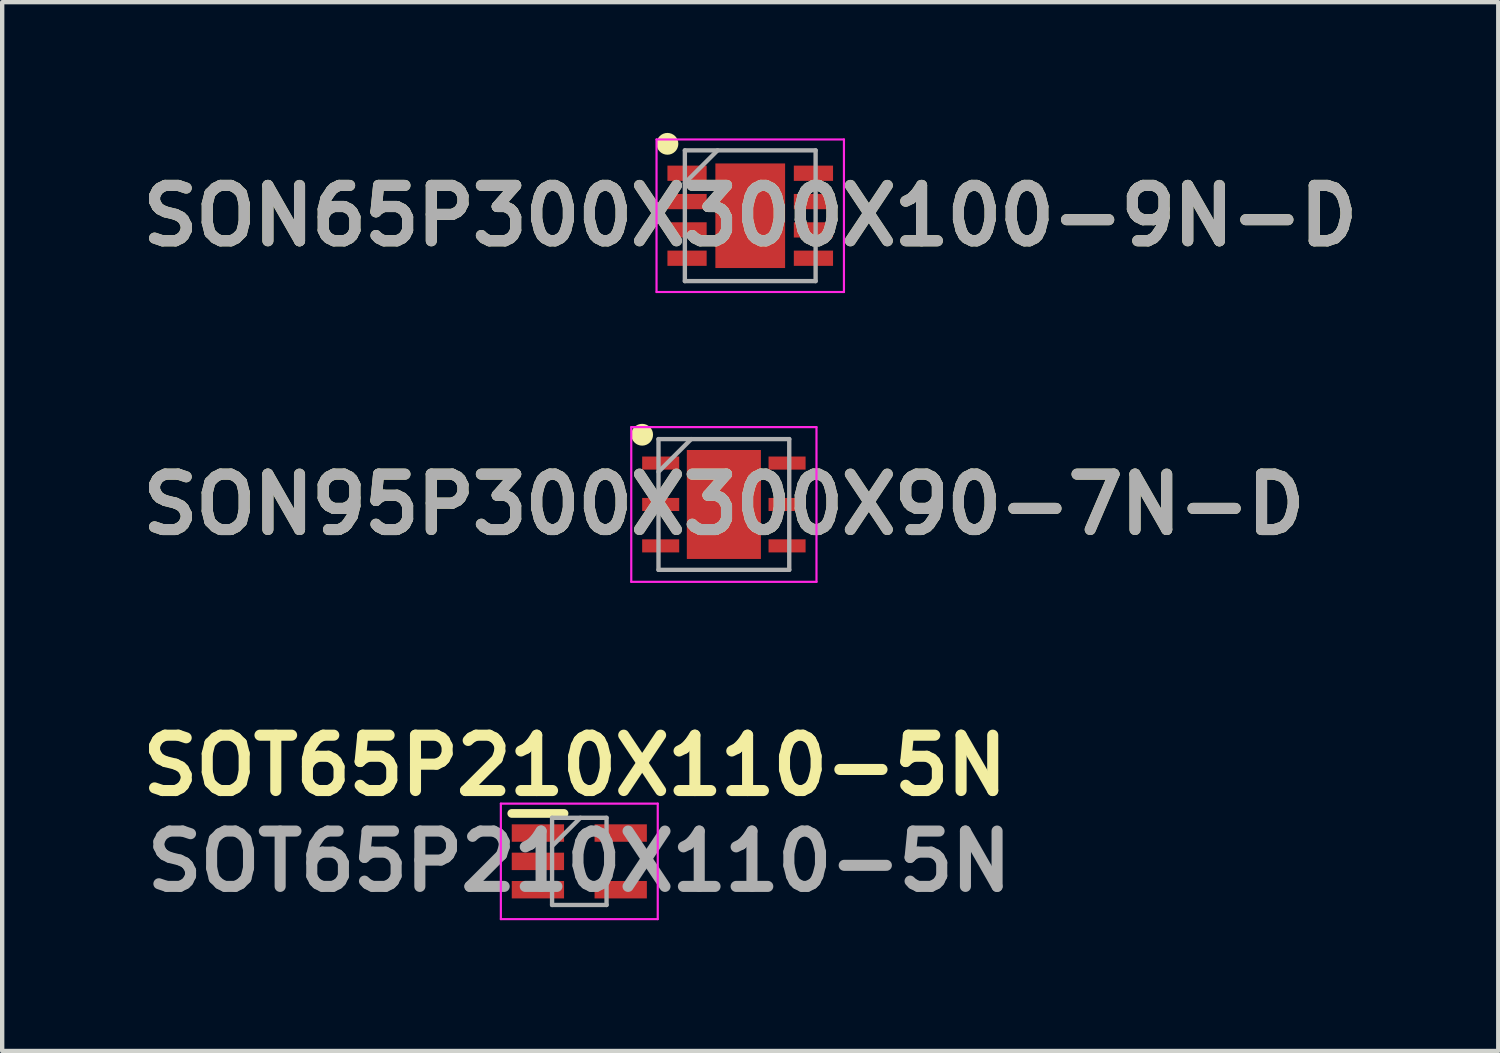
<source format=kicad_pcb>
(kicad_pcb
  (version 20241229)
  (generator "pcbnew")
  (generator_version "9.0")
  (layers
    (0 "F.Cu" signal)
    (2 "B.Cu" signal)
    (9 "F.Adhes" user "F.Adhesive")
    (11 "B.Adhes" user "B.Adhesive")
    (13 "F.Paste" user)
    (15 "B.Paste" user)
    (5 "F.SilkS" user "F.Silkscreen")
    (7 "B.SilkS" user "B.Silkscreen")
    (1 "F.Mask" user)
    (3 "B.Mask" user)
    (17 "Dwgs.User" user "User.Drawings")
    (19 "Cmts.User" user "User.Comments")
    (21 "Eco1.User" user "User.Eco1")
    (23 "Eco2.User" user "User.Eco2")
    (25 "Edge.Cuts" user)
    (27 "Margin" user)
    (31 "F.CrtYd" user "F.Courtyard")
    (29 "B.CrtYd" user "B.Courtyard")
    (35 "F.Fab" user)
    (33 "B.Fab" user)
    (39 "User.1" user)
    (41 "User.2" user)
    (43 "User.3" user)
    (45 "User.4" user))
  (footprint "SON65P300X300X100-9N-D"
    (layer "F.Cu")
    (at 14.164 1.9)
    (property "Reference" "SON65P300X300X100-9N-D" (at 0 0 0) (layer "F.SilkS") (effects (font (size 1.27 1.27) (thickness 0.254))))
    (attr smd)
    (fp_circle (center -1.9 -1.65) (end -1.9 -1.525) (stroke (width 0.25) (type solid)) (fill no) (layer "F.SilkS"))
    (fp_line (start -2.15 -1.75) (end 2.15 -1.75) (stroke (width 0.05) (type solid)) (layer "F.CrtYd"))
    (fp_line (start -2.15 1.75) (end -2.15 -1.75) (stroke (width 0.05) (type solid)) (layer "F.CrtYd"))
    (fp_line (start 2.15 -1.75) (end 2.15 1.75) (stroke (width 0.05) (type solid)) (layer "F.CrtYd"))
    (fp_line (start 2.15 1.75) (end -2.15 1.75) (stroke (width 0.05) (type solid)) (layer "F.CrtYd"))
    (fp_line (start -1.5 -1.5) (end 1.5 -1.5) (stroke (width 0.1) (type solid)) (layer "F.Fab"))
    (fp_line (start -1.5 -0.75) (end -0.75 -1.5) (stroke (width 0.1) (type solid)) (layer "F.Fab"))
    (fp_line (start -1.5 1.5) (end -1.5 -1.5) (stroke (width 0.1) (type solid)) (layer "F.Fab"))
    (fp_line (start 1.5 -1.5) (end 1.5 1.5) (stroke (width 0.1) (type solid)) (layer "F.Fab"))
    (fp_line (start 1.5 1.5) (end -1.5 1.5) (stroke (width 0.1) (type solid)) (layer "F.Fab"))
    (fp_text user "${REFERENCE}" (at 0 0 0) (layer "F.Fab") (effects (font (size 1.27 1.27) (thickness 0.254))))
    (pad "1" smd rect (at -1.45 -0.975 90) (size 0.35 0.9) (layers "F.Cu" "F.Mask" "F.Paste"))
    (pad "2" smd rect (at -1.45 -0.325 90) (size 0.35 0.9) (layers "F.Cu" "F.Mask" "F.Paste"))
    (pad "3" smd rect (at -1.45 0.325 90) (size 0.35 0.9) (layers "F.Cu" "F.Mask" "F.Paste"))
    (pad "4" smd rect (at -1.45 0.975 90) (size 0.35 0.9) (layers "F.Cu" "F.Mask" "F.Paste"))
    (pad "5" smd rect (at 1.45 0.975 90) (size 0.35 0.9) (layers "F.Cu" "F.Mask" "F.Paste"))
    (pad "6" smd rect (at 1.45 0.325 90) (size 0.35 0.9) (layers "F.Cu" "F.Mask" "F.Paste"))
    (pad "7" smd rect (at 1.45 -0.325 90) (size 0.35 0.9) (layers "F.Cu" "F.Mask" "F.Paste"))
    (pad "8" smd rect (at 1.45 -0.975 90) (size 0.35 0.9) (layers "F.Cu" "F.Mask" "F.Paste"))
    (pad "9" smd rect (at 0 0) (size 1.6 2.4) (layers "F.Cu" "F.Mask" "F.Paste")))
  (footprint "SON95P300X300X90-7N-D"
    (layer "F.Cu")
    (at 13.559 8.525)
    (property "Reference" "SON95P300X300X90-7N-D" (at 0 0 0) (layer "F.SilkS") (effects (font (size 1.27 1.27) (thickness 0.254))))
    (attr smd)
    (fp_circle (center -1.875 -1.6) (end -1.875 -1.475) (stroke (width 0.25) (type solid)) (fill no) (layer "F.SilkS"))
    (fp_line (start -2.125 -1.775) (end 2.125 -1.775) (stroke (width 0.05) (type solid)) (layer "F.CrtYd"))
    (fp_line (start -2.125 1.775) (end -2.125 -1.775) (stroke (width 0.05) (type solid)) (layer "F.CrtYd"))
    (fp_line (start 2.125 -1.775) (end 2.125 1.775) (stroke (width 0.05) (type solid)) (layer "F.CrtYd"))
    (fp_line (start 2.125 1.775) (end -2.125 1.775) (stroke (width 0.05) (type solid)) (layer "F.CrtYd"))
    (fp_line (start -1.5 -1.5) (end 1.5 -1.5) (stroke (width 0.1) (type solid)) (layer "F.Fab"))
    (fp_line (start -1.5 -0.75) (end -0.75 -1.5) (stroke (width 0.1) (type solid)) (layer "F.Fab"))
    (fp_line (start -1.5 1.5) (end -1.5 -1.5) (stroke (width 0.1) (type solid)) (layer "F.Fab"))
    (fp_line (start 1.5 -1.5) (end 1.5 1.5) (stroke (width 0.1) (type solid)) (layer "F.Fab"))
    (fp_line (start 1.5 1.5) (end -1.5 1.5) (stroke (width 0.1) (type solid)) (layer "F.Fab"))
    (fp_text user "${REFERENCE}" (at 0 0 0) (layer "F.Fab") (effects (font (size 1.27 1.27) (thickness 0.254))))
    (pad "1" smd rect (at -1.45 -0.95 90) (size 0.3 0.85) (layers "F.Cu" "F.Mask" "F.Paste"))
    (pad "2" smd rect (at -1.45 0 90) (size 0.3 0.85) (layers "F.Cu" "F.Mask" "F.Paste"))
    (pad "3" smd rect (at -1.45 0.95 90) (size 0.3 0.85) (layers "F.Cu" "F.Mask" "F.Paste"))
    (pad "4" smd rect (at 1.45 0.95 90) (size 0.3 0.85) (layers "F.Cu" "F.Mask" "F.Paste"))
    (pad "5" smd rect (at 1.45 0 90) (size 0.3 0.85) (layers "F.Cu" "F.Mask" "F.Paste"))
    (pad "6" smd rect (at 1.45 -0.95 90) (size 0.3 0.85) (layers "F.Cu" "F.Mask" "F.Paste"))
    (pad "7" smd rect (at 0 0) (size 1.7 2.5) (layers "F.Cu" "F.Mask" "F.Paste")))
  (footprint "SOT65P210X110-5N"
    (layer "F.Cu")
    (at 10.242 16.714)
    (property "Reference" "SOT65P210X110-5N" (at -0.1 -2.2 0) (layer "F.SilkS") (effects (font (size 1.27 1.27) (thickness 0.254))))
    (attr smd)
    (fp_line (start -1.55 -1.1) (end -0.35 -1.1) (stroke (width 0.2) (type solid)) (layer "F.SilkS"))
    (fp_line (start -1.8 -1.325) (end 1.8 -1.325) (stroke (width 0.05) (type solid)) (layer "F.CrtYd"))
    (fp_line (start -1.8 1.325) (end -1.8 -1.325) (stroke (width 0.05) (type solid)) (layer "F.CrtYd"))
    (fp_line (start 1.8 -1.325) (end 1.8 1.325) (stroke (width 0.05) (type solid)) (layer "F.CrtYd"))
    (fp_line (start 1.8 1.325) (end -1.8 1.325) (stroke (width 0.05) (type solid)) (layer "F.CrtYd"))
    (fp_line (start -0.625 -1) (end 0.625 -1) (stroke (width 0.1) (type solid)) (layer "F.Fab"))
    (fp_line (start -0.625 -0.35) (end 0.025 -1) (stroke (width 0.1) (type solid)) (layer "F.Fab"))
    (fp_line (start -0.625 1) (end -0.625 -1) (stroke (width 0.1) (type solid)) (layer "F.Fab"))
    (fp_line (start 0.625 -1) (end 0.625 1) (stroke (width 0.1) (type solid)) (layer "F.Fab"))
    (fp_line (start 0.625 1) (end -0.625 1) (stroke (width 0.1) (type solid)) (layer "F.Fab"))
    (fp_text user "${REFERENCE}" (at 0 0 0) (layer "F.Fab") (effects (font (size 1.27 1.27) (thickness 0.254))))
    (pad "1" smd rect (at -0.95 -0.65 90) (size 0.4 1.2) (layers "F.Cu" "F.Mask" "F.Paste"))
    (pad "2" smd rect (at -0.95 0 90) (size 0.4 1.2) (layers "F.Cu" "F.Mask" "F.Paste"))
    (pad "3" smd rect (at -0.95 0.65 90) (size 0.4 1.2) (layers "F.Cu" "F.Mask" "F.Paste"))
    (pad "4" smd rect (at 0.95 0.65 90) (size 0.4 1.2) (layers "F.Cu" "F.Mask" "F.Paste"))
    (pad "5" smd rect (at 0.95 -0.65 90) (size 0.4 1.2) (layers "F.Cu" "F.Mask" "F.Paste")))
  (gr_rect
    (start -3 -3)
    (end 31.327 21.064)
    (stroke (width 0.1) (type default))
    (fill no)
    (layer "Edge.Cuts")))
</source>
